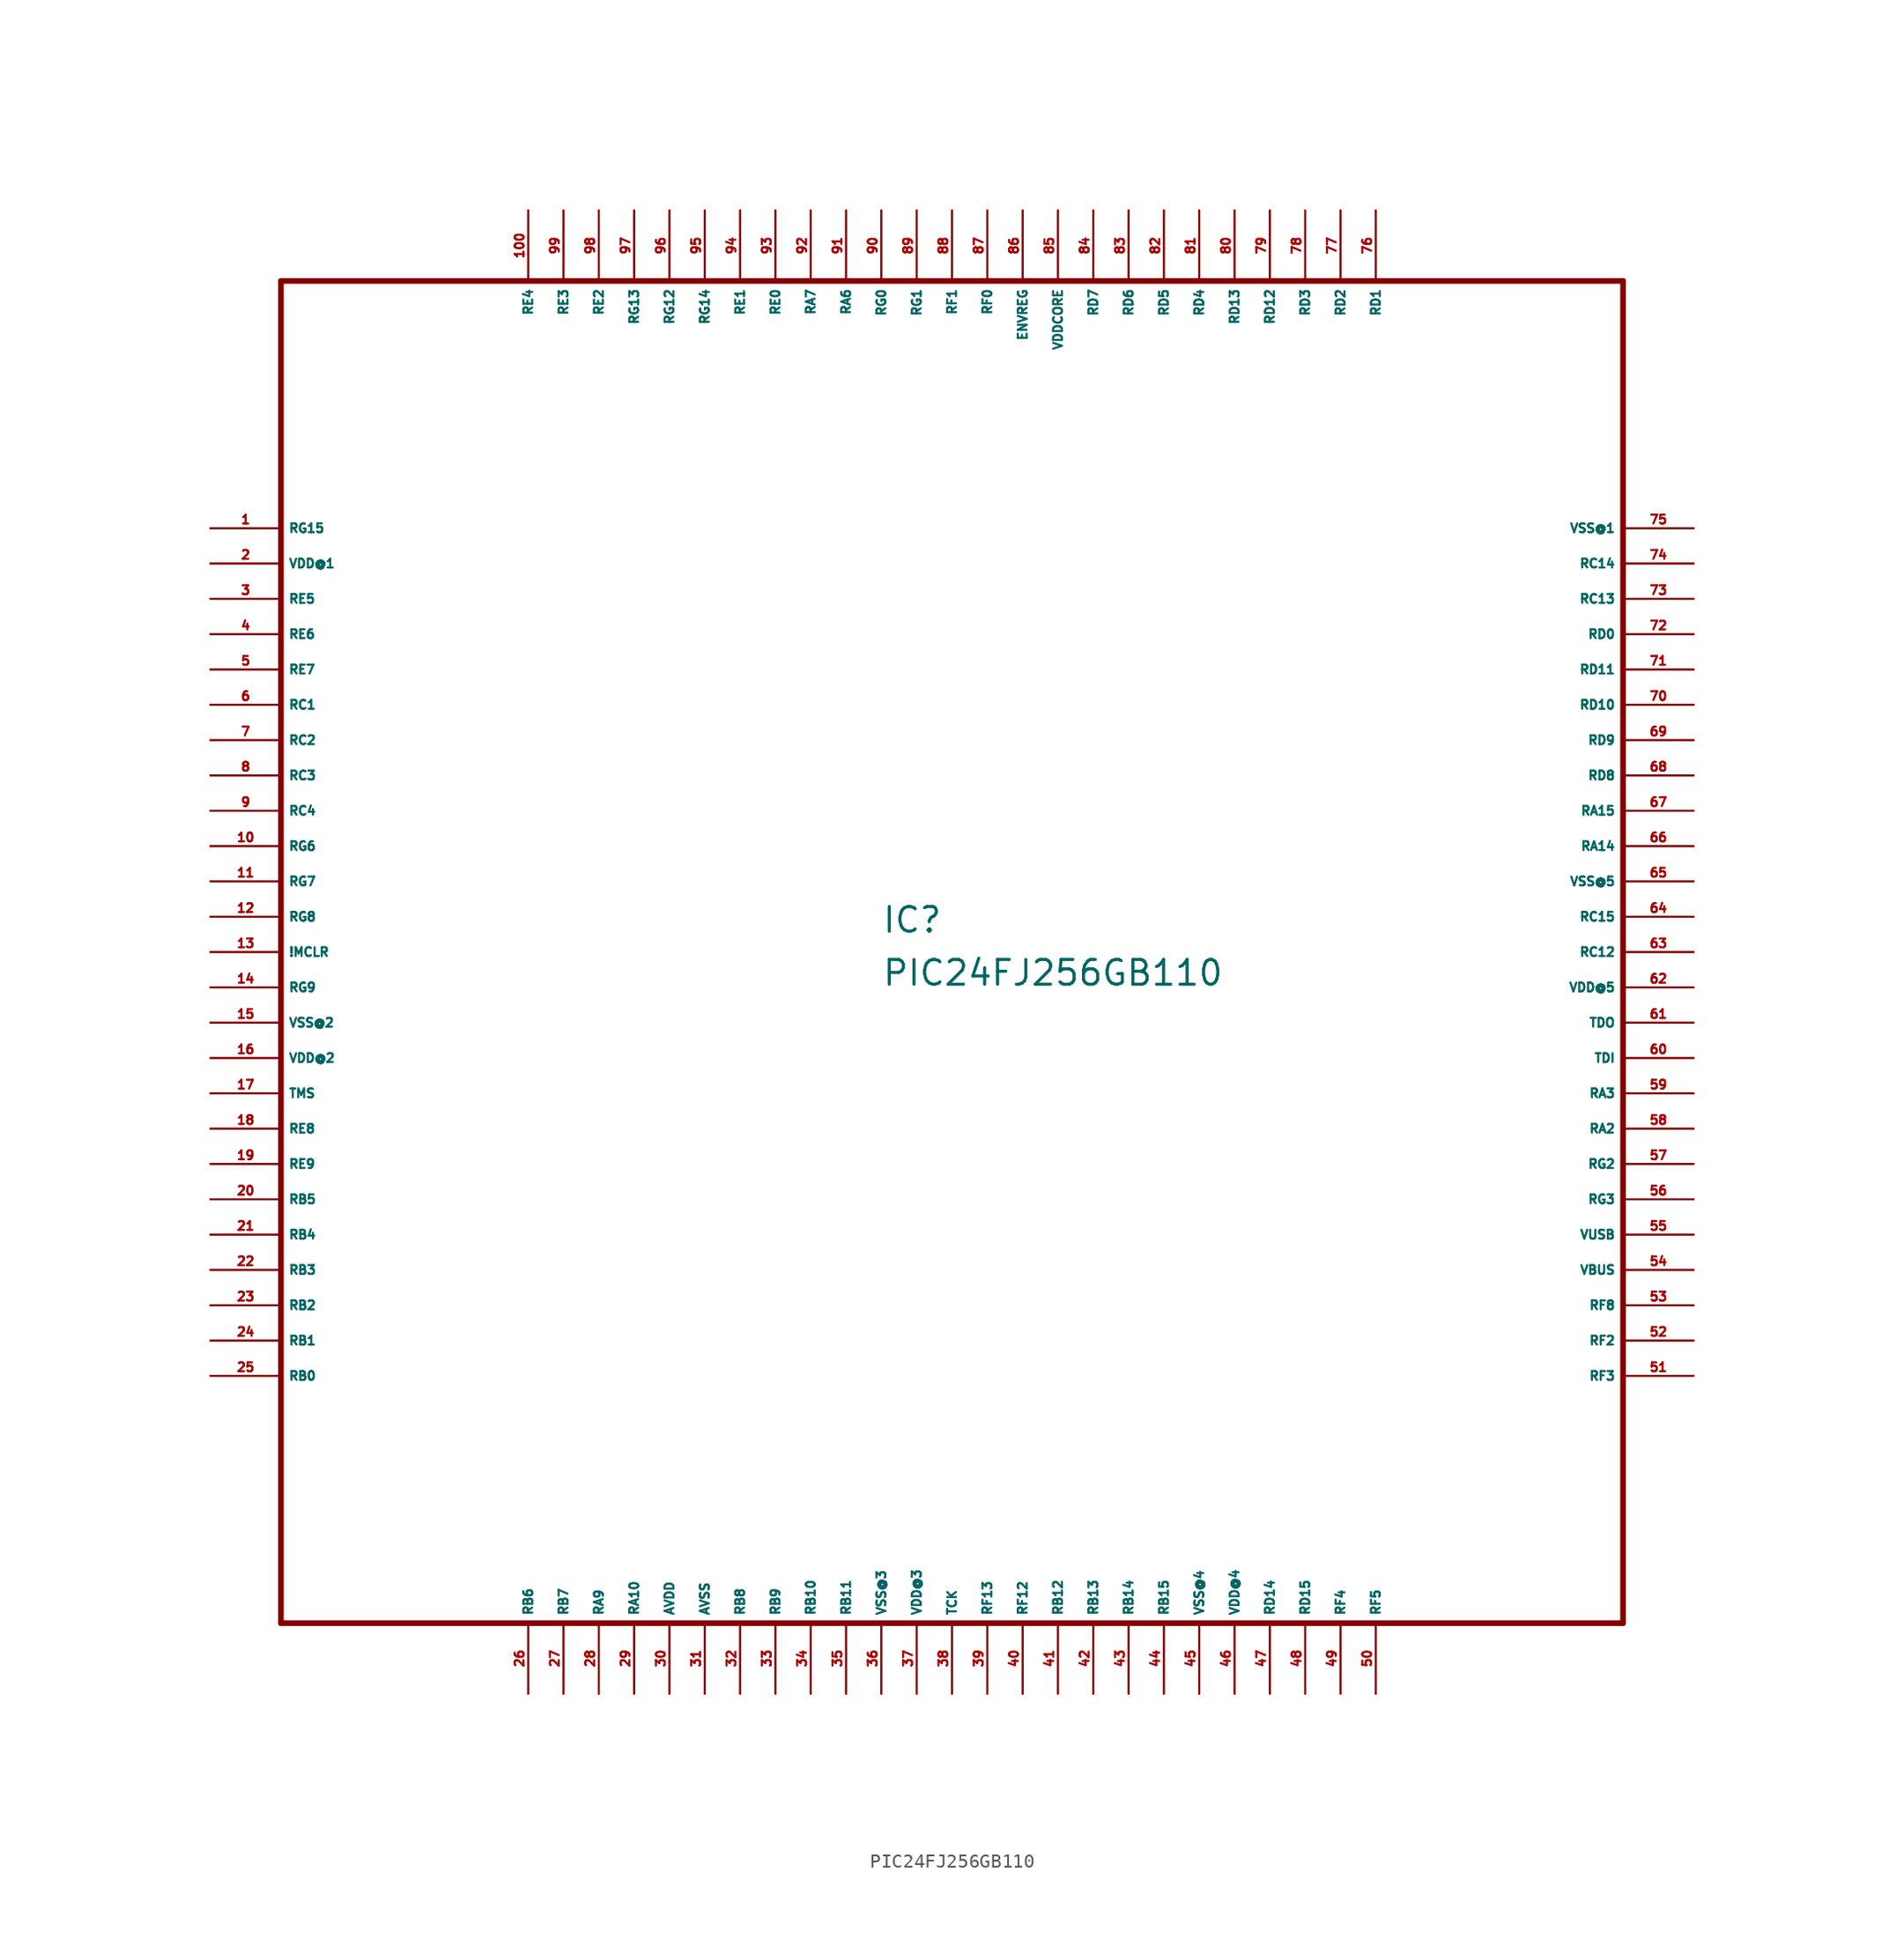
<source format=kicad_sym>
(kicad_symbol_lib
  (version 20220914)
  (generator Eagle2Kicad)
  (symbol "PIC24FJ256GB110"
    (property "Reference" "IC"
      (at -5.08 1.27 0)
      (effects (font (size 1.778 1.778) (thickness 0.22)) (justify left bottom)))
    (property "Value" "PIC24FJ256GB110"
      (at -5.08 -2.54 0)
      (effects (font (size 1.778 1.778) (thickness 0.22)) (justify left bottom)))
    (polyline
      (pts (xy -48.26 -48.26) (xy 48.26 -48.26))
      (stroke (width 0.406) (type default))
      (fill (type none)))
    (polyline
      (pts (xy 48.26 -48.26) (xy 48.26 48.26))
      (stroke (width 0.406) (type default))
      (fill (type none)))
    (polyline
      (pts (xy 48.26 48.26) (xy -48.26 48.26))
      (stroke (width 0.406) (type default))
      (fill (type none)))
    (polyline
      (pts (xy -48.26 48.26) (xy -48.26 -48.26))
      (stroke (width 0.406) (type default))
      (fill (type none)))
    (pin bidirectional line
      (at -53.34 30.48 0)
      (length 5.08)
      (name "RG15" (effects (font (size 0.635 0.635) (thickness 0.08)) (justify left bottom)))
      (number "1" (effects (font (size 0.635 0.635) (thickness 0.08)) (justify left bottom))))
    (pin unspecified line
      (at -53.34 27.94 0)
      (length 5.08)
      (name "VDD@1" (effects (font (size 0.635 0.635) (thickness 0.08)) (justify left bottom)))
      (number "2" (effects (font (size 0.635 0.635) (thickness 0.08)) (justify left bottom))))
    (pin bidirectional line
      (at -53.34 25.4 0)
      (length 5.08)
      (name "RE5" (effects (font (size 0.635 0.635) (thickness 0.08)) (justify left bottom)))
      (number "3" (effects (font (size 0.635 0.635) (thickness 0.08)) (justify left bottom))))
    (pin bidirectional line
      (at -53.34 22.86 0)
      (length 5.08)
      (name "RE6" (effects (font (size 0.635 0.635) (thickness 0.08)) (justify left bottom)))
      (number "4" (effects (font (size 0.635 0.635) (thickness 0.08)) (justify left bottom))))
    (pin bidirectional line
      (at -53.34 20.32 0)
      (length 5.08)
      (name "RE7" (effects (font (size 0.635 0.635) (thickness 0.08)) (justify left bottom)))
      (number "5" (effects (font (size 0.635 0.635) (thickness 0.08)) (justify left bottom))))
    (pin bidirectional line
      (at -53.34 17.78 0)
      (length 5.08)
      (name "RC1" (effects (font (size 0.635 0.635) (thickness 0.08)) (justify left bottom)))
      (number "6" (effects (font (size 0.635 0.635) (thickness 0.08)) (justify left bottom))))
    (pin bidirectional line
      (at -53.34 15.24 0)
      (length 5.08)
      (name "RC2" (effects (font (size 0.635 0.635) (thickness 0.08)) (justify left bottom)))
      (number "7" (effects (font (size 0.635 0.635) (thickness 0.08)) (justify left bottom))))
    (pin bidirectional line
      (at -53.34 12.7 0)
      (length 5.08)
      (name "RC3" (effects (font (size 0.635 0.635) (thickness 0.08)) (justify left bottom)))
      (number "8" (effects (font (size 0.635 0.635) (thickness 0.08)) (justify left bottom))))
    (pin bidirectional line
      (at -53.34 10.16 0)
      (length 5.08)
      (name "RC4" (effects (font (size 0.635 0.635) (thickness 0.08)) (justify left bottom)))
      (number "9" (effects (font (size 0.635 0.635) (thickness 0.08)) (justify left bottom))))
    (pin bidirectional line
      (at -53.34 7.62 0)
      (length 5.08)
      (name "RG6" (effects (font (size 0.635 0.635) (thickness 0.08)) (justify left bottom)))
      (number "10" (effects (font (size 0.635 0.635) (thickness 0.08)) (justify left bottom))))
    (pin bidirectional line
      (at -53.34 5.08 0)
      (length 5.08)
      (name "RG7" (effects (font (size 0.635 0.635) (thickness 0.08)) (justify left bottom)))
      (number "11" (effects (font (size 0.635 0.635) (thickness 0.08)) (justify left bottom))))
    (pin bidirectional line
      (at -53.34 2.54 0)
      (length 5.08)
      (name "RG8" (effects (font (size 0.635 0.635) (thickness 0.08)) (justify left bottom)))
      (number "12" (effects (font (size 0.635 0.635) (thickness 0.08)) (justify left bottom))))
    (pin bidirectional line
      (at -53.34 0 0)
      (length 5.08)
      (name "!MCLR" (effects (font (size 0.635 0.635) (thickness 0.08)) (justify left bottom)))
      (number "13" (effects (font (size 0.635 0.635) (thickness 0.08)) (justify left bottom))))
    (pin bidirectional line
      (at -53.34 -2.54 0)
      (length 5.08)
      (name "RG9" (effects (font (size 0.635 0.635) (thickness 0.08)) (justify left bottom)))
      (number "14" (effects (font (size 0.635 0.635) (thickness 0.08)) (justify left bottom))))
    (pin unspecified line
      (at -53.34 -5.08 0)
      (length 5.08)
      (name "VSS@2" (effects (font (size 0.635 0.635) (thickness 0.08)) (justify left bottom)))
      (number "15" (effects (font (size 0.635 0.635) (thickness 0.08)) (justify left bottom))))
    (pin unspecified line
      (at -53.34 -7.62 0)
      (length 5.08)
      (name "VDD@2" (effects (font (size 0.635 0.635) (thickness 0.08)) (justify left bottom)))
      (number "16" (effects (font (size 0.635 0.635) (thickness 0.08)) (justify left bottom))))
    (pin input line
      (at -53.34 -10.16 0)
      (length 5.08)
      (name "TMS" (effects (font (size 0.635 0.635) (thickness 0.08)) (justify left bottom)))
      (number "17" (effects (font (size 0.635 0.635) (thickness 0.08)) (justify left bottom))))
    (pin bidirectional line
      (at -53.34 -12.7 0)
      (length 5.08)
      (name "RE8" (effects (font (size 0.635 0.635) (thickness 0.08)) (justify left bottom)))
      (number "18" (effects (font (size 0.635 0.635) (thickness 0.08)) (justify left bottom))))
    (pin bidirectional line
      (at -53.34 -15.24 0)
      (length 5.08)
      (name "RE9" (effects (font (size 0.635 0.635) (thickness 0.08)) (justify left bottom)))
      (number "19" (effects (font (size 0.635 0.635) (thickness 0.08)) (justify left bottom))))
    (pin bidirectional line
      (at -53.34 -17.78 0)
      (length 5.08)
      (name "RB5" (effects (font (size 0.635 0.635) (thickness 0.08)) (justify left bottom)))
      (number "20" (effects (font (size 0.635 0.635) (thickness 0.08)) (justify left bottom))))
    (pin bidirectional line
      (at -53.34 -20.32 0)
      (length 5.08)
      (name "RB4" (effects (font (size 0.635 0.635) (thickness 0.08)) (justify left bottom)))
      (number "21" (effects (font (size 0.635 0.635) (thickness 0.08)) (justify left bottom))))
    (pin bidirectional line
      (at -53.34 -22.86 0)
      (length 5.08)
      (name "RB3" (effects (font (size 0.635 0.635) (thickness 0.08)) (justify left bottom)))
      (number "22" (effects (font (size 0.635 0.635) (thickness 0.08)) (justify left bottom))))
    (pin bidirectional line
      (at -53.34 -25.4 0)
      (length 5.08)
      (name "RB2" (effects (font (size 0.635 0.635) (thickness 0.08)) (justify left bottom)))
      (number "23" (effects (font (size 0.635 0.635) (thickness 0.08)) (justify left bottom))))
    (pin bidirectional line
      (at -53.34 -27.94 0)
      (length 5.08)
      (name "RB1" (effects (font (size 0.635 0.635) (thickness 0.08)) (justify left bottom)))
      (number "24" (effects (font (size 0.635 0.635) (thickness 0.08)) (justify left bottom))))
    (pin bidirectional line
      (at -53.34 -30.48 0)
      (length 5.08)
      (name "RB0" (effects (font (size 0.635 0.635) (thickness 0.08)) (justify left bottom)))
      (number "25" (effects (font (size 0.635 0.635) (thickness 0.08)) (justify left bottom))))
    (pin bidirectional line
      (at -30.48 -53.34 90)
      (length 5.08)
      (name "RB6" (effects (font (size 0.635 0.635) (thickness 0.08)) (justify left bottom)))
      (number "26" (effects (font (size 0.635 0.635) (thickness 0.08)) (justify left bottom))))
    (pin bidirectional line
      (at -27.94 -53.34 90)
      (length 5.08)
      (name "RB7" (effects (font (size 0.635 0.635) (thickness 0.08)) (justify left bottom)))
      (number "27" (effects (font (size 0.635 0.635) (thickness 0.08)) (justify left bottom))))
    (pin bidirectional line
      (at -25.4 -53.34 90)
      (length 5.08)
      (name "RA9" (effects (font (size 0.635 0.635) (thickness 0.08)) (justify left bottom)))
      (number "28" (effects (font (size 0.635 0.635) (thickness 0.08)) (justify left bottom))))
    (pin bidirectional line
      (at -22.86 -53.34 90)
      (length 5.08)
      (name "RA10" (effects (font (size 0.635 0.635) (thickness 0.08)) (justify left bottom)))
      (number "29" (effects (font (size 0.635 0.635) (thickness 0.08)) (justify left bottom))))
    (pin unspecified line
      (at -20.32 -53.34 90)
      (length 5.08)
      (name "AVDD" (effects (font (size 0.635 0.635) (thickness 0.08)) (justify left bottom)))
      (number "30" (effects (font (size 0.635 0.635) (thickness 0.08)) (justify left bottom))))
    (pin unspecified line
      (at -17.78 -53.34 90)
      (length 5.08)
      (name "AVSS" (effects (font (size 0.635 0.635) (thickness 0.08)) (justify left bottom)))
      (number "31" (effects (font (size 0.635 0.635) (thickness 0.08)) (justify left bottom))))
    (pin bidirectional line
      (at -15.24 -53.34 90)
      (length 5.08)
      (name "RB8" (effects (font (size 0.635 0.635) (thickness 0.08)) (justify left bottom)))
      (number "32" (effects (font (size 0.635 0.635) (thickness 0.08)) (justify left bottom))))
    (pin bidirectional line
      (at -12.7 -53.34 90)
      (length 5.08)
      (name "RB9" (effects (font (size 0.635 0.635) (thickness 0.08)) (justify left bottom)))
      (number "33" (effects (font (size 0.635 0.635) (thickness 0.08)) (justify left bottom))))
    (pin bidirectional line
      (at -10.16 -53.34 90)
      (length 5.08)
      (name "RB10" (effects (font (size 0.635 0.635) (thickness 0.08)) (justify left bottom)))
      (number "34" (effects (font (size 0.635 0.635) (thickness 0.08)) (justify left bottom))))
    (pin bidirectional line
      (at -7.62 -53.34 90)
      (length 5.08)
      (name "RB11" (effects (font (size 0.635 0.635) (thickness 0.08)) (justify left bottom)))
      (number "35" (effects (font (size 0.635 0.635) (thickness 0.08)) (justify left bottom))))
    (pin unspecified line
      (at -5.08 -53.34 90)
      (length 5.08)
      (name "VSS@3" (effects (font (size 0.635 0.635) (thickness 0.08)) (justify left bottom)))
      (number "36" (effects (font (size 0.635 0.635) (thickness 0.08)) (justify left bottom))))
    (pin unspecified line
      (at -2.54 -53.34 90)
      (length 5.08)
      (name "VDD@3" (effects (font (size 0.635 0.635) (thickness 0.08)) (justify left bottom)))
      (number "37" (effects (font (size 0.635 0.635) (thickness 0.08)) (justify left bottom))))
    (pin input line
      (at 0 -53.34 90)
      (length 5.08)
      (name "TCK" (effects (font (size 0.635 0.635) (thickness 0.08)) (justify left bottom)))
      (number "38" (effects (font (size 0.635 0.635) (thickness 0.08)) (justify left bottom))))
    (pin bidirectional line
      (at 2.54 -53.34 90)
      (length 5.08)
      (name "RF13" (effects (font (size 0.635 0.635) (thickness 0.08)) (justify left bottom)))
      (number "39" (effects (font (size 0.635 0.635) (thickness 0.08)) (justify left bottom))))
    (pin bidirectional line
      (at 5.08 -53.34 90)
      (length 5.08)
      (name "RF12" (effects (font (size 0.635 0.635) (thickness 0.08)) (justify left bottom)))
      (number "40" (effects (font (size 0.635 0.635) (thickness 0.08)) (justify left bottom))))
    (pin bidirectional line
      (at 7.62 -53.34 90)
      (length 5.08)
      (name "RB12" (effects (font (size 0.635 0.635) (thickness 0.08)) (justify left bottom)))
      (number "41" (effects (font (size 0.635 0.635) (thickness 0.08)) (justify left bottom))))
    (pin bidirectional line
      (at 10.16 -53.34 90)
      (length 5.08)
      (name "RB13" (effects (font (size 0.635 0.635) (thickness 0.08)) (justify left bottom)))
      (number "42" (effects (font (size 0.635 0.635) (thickness 0.08)) (justify left bottom))))
    (pin bidirectional line
      (at 12.7 -53.34 90)
      (length 5.08)
      (name "RB14" (effects (font (size 0.635 0.635) (thickness 0.08)) (justify left bottom)))
      (number "43" (effects (font (size 0.635 0.635) (thickness 0.08)) (justify left bottom))))
    (pin bidirectional line
      (at 15.24 -53.34 90)
      (length 5.08)
      (name "RB15" (effects (font (size 0.635 0.635) (thickness 0.08)) (justify left bottom)))
      (number "44" (effects (font (size 0.635 0.635) (thickness 0.08)) (justify left bottom))))
    (pin unspecified line
      (at 17.78 -53.34 90)
      (length 5.08)
      (name "VSS@4" (effects (font (size 0.635 0.635) (thickness 0.08)) (justify left bottom)))
      (number "45" (effects (font (size 0.635 0.635) (thickness 0.08)) (justify left bottom))))
    (pin unspecified line
      (at 20.32 -53.34 90)
      (length 5.08)
      (name "VDD@4" (effects (font (size 0.635 0.635) (thickness 0.08)) (justify left bottom)))
      (number "46" (effects (font (size 0.635 0.635) (thickness 0.08)) (justify left bottom))))
    (pin bidirectional line
      (at 22.86 -53.34 90)
      (length 5.08)
      (name "RD14" (effects (font (size 0.635 0.635) (thickness 0.08)) (justify left bottom)))
      (number "47" (effects (font (size 0.635 0.635) (thickness 0.08)) (justify left bottom))))
    (pin bidirectional line
      (at 25.4 -53.34 90)
      (length 5.08)
      (name "RD15" (effects (font (size 0.635 0.635) (thickness 0.08)) (justify left bottom)))
      (number "48" (effects (font (size 0.635 0.635) (thickness 0.08)) (justify left bottom))))
    (pin bidirectional line
      (at 27.94 -53.34 90)
      (length 5.08)
      (name "RF4" (effects (font (size 0.635 0.635) (thickness 0.08)) (justify left bottom)))
      (number "49" (effects (font (size 0.635 0.635) (thickness 0.08)) (justify left bottom))))
    (pin bidirectional line
      (at 30.48 -53.34 90)
      (length 5.08)
      (name "RF5" (effects (font (size 0.635 0.635) (thickness 0.08)) (justify left bottom)))
      (number "50" (effects (font (size 0.635 0.635) (thickness 0.08)) (justify left bottom))))
    (pin bidirectional line
      (at 53.34 -30.48 180)
      (length 5.08)
      (name "RF3" (effects (font (size 0.635 0.635) (thickness 0.08)) (justify left bottom)))
      (number "51" (effects (font (size 0.635 0.635) (thickness 0.08)) (justify left bottom))))
    (pin bidirectional line
      (at 53.34 -27.94 180)
      (length 5.08)
      (name "RF2" (effects (font (size 0.635 0.635) (thickness 0.08)) (justify left bottom)))
      (number "52" (effects (font (size 0.635 0.635) (thickness 0.08)) (justify left bottom))))
    (pin bidirectional line
      (at 53.34 -25.4 180)
      (length 5.08)
      (name "RF8" (effects (font (size 0.635 0.635) (thickness 0.08)) (justify left bottom)))
      (number "53" (effects (font (size 0.635 0.635) (thickness 0.08)) (justify left bottom))))
    (pin passive line
      (at 53.34 -22.86 180)
      (length 5.08)
      (name "VBUS" (effects (font (size 0.635 0.635) (thickness 0.08)) (justify left bottom)))
      (number "54" (effects (font (size 0.635 0.635) (thickness 0.08)) (justify left bottom))))
    (pin passive line
      (at 53.34 -20.32 180)
      (length 5.08)
      (name "VUSB" (effects (font (size 0.635 0.635) (thickness 0.08)) (justify left bottom)))
      (number "55" (effects (font (size 0.635 0.635) (thickness 0.08)) (justify left bottom))))
    (pin bidirectional line
      (at 53.34 -17.78 180)
      (length 5.08)
      (name "RG3" (effects (font (size 0.635 0.635) (thickness 0.08)) (justify left bottom)))
      (number "56" (effects (font (size 0.635 0.635) (thickness 0.08)) (justify left bottom))))
    (pin bidirectional line
      (at 53.34 -15.24 180)
      (length 5.08)
      (name "RG2" (effects (font (size 0.635 0.635) (thickness 0.08)) (justify left bottom)))
      (number "57" (effects (font (size 0.635 0.635) (thickness 0.08)) (justify left bottom))))
    (pin bidirectional line
      (at 53.34 -12.7 180)
      (length 5.08)
      (name "RA2" (effects (font (size 0.635 0.635) (thickness 0.08)) (justify left bottom)))
      (number "58" (effects (font (size 0.635 0.635) (thickness 0.08)) (justify left bottom))))
    (pin bidirectional line
      (at 53.34 -10.16 180)
      (length 5.08)
      (name "RA3" (effects (font (size 0.635 0.635) (thickness 0.08)) (justify left bottom)))
      (number "59" (effects (font (size 0.635 0.635) (thickness 0.08)) (justify left bottom))))
    (pin input line
      (at 53.34 -7.62 180)
      (length 5.08)
      (name "TDI" (effects (font (size 0.635 0.635) (thickness 0.08)) (justify left bottom)))
      (number "60" (effects (font (size 0.635 0.635) (thickness 0.08)) (justify left bottom))))
    (pin output line
      (at 53.34 -5.08 180)
      (length 5.08)
      (name "TDO" (effects (font (size 0.635 0.635) (thickness 0.08)) (justify left bottom)))
      (number "61" (effects (font (size 0.635 0.635) (thickness 0.08)) (justify left bottom))))
    (pin unspecified line
      (at 53.34 -2.54 180)
      (length 5.08)
      (name "VDD@5" (effects (font (size 0.635 0.635) (thickness 0.08)) (justify left bottom)))
      (number "62" (effects (font (size 0.635 0.635) (thickness 0.08)) (justify left bottom))))
    (pin bidirectional line
      (at 53.34 0 180)
      (length 5.08)
      (name "RC12" (effects (font (size 0.635 0.635) (thickness 0.08)) (justify left bottom)))
      (number "63" (effects (font (size 0.635 0.635) (thickness 0.08)) (justify left bottom))))
    (pin bidirectional line
      (at 53.34 2.54 180)
      (length 5.08)
      (name "RC15" (effects (font (size 0.635 0.635) (thickness 0.08)) (justify left bottom)))
      (number "64" (effects (font (size 0.635 0.635) (thickness 0.08)) (justify left bottom))))
    (pin unspecified line
      (at 53.34 5.08 180)
      (length 5.08)
      (name "VSS@5" (effects (font (size 0.635 0.635) (thickness 0.08)) (justify left bottom)))
      (number "65" (effects (font (size 0.635 0.635) (thickness 0.08)) (justify left bottom))))
    (pin bidirectional line
      (at 53.34 7.62 180)
      (length 5.08)
      (name "RA14" (effects (font (size 0.635 0.635) (thickness 0.08)) (justify left bottom)))
      (number "66" (effects (font (size 0.635 0.635) (thickness 0.08)) (justify left bottom))))
    (pin bidirectional line
      (at 53.34 10.16 180)
      (length 5.08)
      (name "RA15" (effects (font (size 0.635 0.635) (thickness 0.08)) (justify left bottom)))
      (number "67" (effects (font (size 0.635 0.635) (thickness 0.08)) (justify left bottom))))
    (pin bidirectional line
      (at 53.34 12.7 180)
      (length 5.08)
      (name "RD8" (effects (font (size 0.635 0.635) (thickness 0.08)) (justify left bottom)))
      (number "68" (effects (font (size 0.635 0.635) (thickness 0.08)) (justify left bottom))))
    (pin bidirectional line
      (at 53.34 15.24 180)
      (length 5.08)
      (name "RD9" (effects (font (size 0.635 0.635) (thickness 0.08)) (justify left bottom)))
      (number "69" (effects (font (size 0.635 0.635) (thickness 0.08)) (justify left bottom))))
    (pin bidirectional line
      (at 53.34 17.78 180)
      (length 5.08)
      (name "RD10" (effects (font (size 0.635 0.635) (thickness 0.08)) (justify left bottom)))
      (number "70" (effects (font (size 0.635 0.635) (thickness 0.08)) (justify left bottom))))
    (pin bidirectional line
      (at 53.34 20.32 180)
      (length 5.08)
      (name "RD11" (effects (font (size 0.635 0.635) (thickness 0.08)) (justify left bottom)))
      (number "71" (effects (font (size 0.635 0.635) (thickness 0.08)) (justify left bottom))))
    (pin bidirectional line
      (at 53.34 22.86 180)
      (length 5.08)
      (name "RD0" (effects (font (size 0.635 0.635) (thickness 0.08)) (justify left bottom)))
      (number "72" (effects (font (size 0.635 0.635) (thickness 0.08)) (justify left bottom))))
    (pin bidirectional line
      (at 53.34 25.4 180)
      (length 5.08)
      (name "RC13" (effects (font (size 0.635 0.635) (thickness 0.08)) (justify left bottom)))
      (number "73" (effects (font (size 0.635 0.635) (thickness 0.08)) (justify left bottom))))
    (pin bidirectional line
      (at 53.34 27.94 180)
      (length 5.08)
      (name "RC14" (effects (font (size 0.635 0.635) (thickness 0.08)) (justify left bottom)))
      (number "74" (effects (font (size 0.635 0.635) (thickness 0.08)) (justify left bottom))))
    (pin unspecified line
      (at 53.34 30.48 180)
      (length 5.08)
      (name "VSS@1" (effects (font (size 0.635 0.635) (thickness 0.08)) (justify left bottom)))
      (number "75" (effects (font (size 0.635 0.635) (thickness 0.08)) (justify left bottom))))
    (pin bidirectional line
      (at 30.48 53.34 270)
      (length 5.08)
      (name "RD1" (effects (font (size 0.635 0.635) (thickness 0.08)) (justify left bottom)))
      (number "76" (effects (font (size 0.635 0.635) (thickness 0.08)) (justify left bottom))))
    (pin bidirectional line
      (at 27.94 53.34 270)
      (length 5.08)
      (name "RD2" (effects (font (size 0.635 0.635) (thickness 0.08)) (justify left bottom)))
      (number "77" (effects (font (size 0.635 0.635) (thickness 0.08)) (justify left bottom))))
    (pin bidirectional line
      (at 25.4 53.34 270)
      (length 5.08)
      (name "RD3" (effects (font (size 0.635 0.635) (thickness 0.08)) (justify left bottom)))
      (number "78" (effects (font (size 0.635 0.635) (thickness 0.08)) (justify left bottom))))
    (pin bidirectional line
      (at 22.86 53.34 270)
      (length 5.08)
      (name "RD12" (effects (font (size 0.635 0.635) (thickness 0.08)) (justify left bottom)))
      (number "79" (effects (font (size 0.635 0.635) (thickness 0.08)) (justify left bottom))))
    (pin bidirectional line
      (at 20.32 53.34 270)
      (length 5.08)
      (name "RD13" (effects (font (size 0.635 0.635) (thickness 0.08)) (justify left bottom)))
      (number "80" (effects (font (size 0.635 0.635) (thickness 0.08)) (justify left bottom))))
    (pin bidirectional line
      (at 17.78 53.34 270)
      (length 5.08)
      (name "RD4" (effects (font (size 0.635 0.635) (thickness 0.08)) (justify left bottom)))
      (number "81" (effects (font (size 0.635 0.635) (thickness 0.08)) (justify left bottom))))
    (pin bidirectional line
      (at 15.24 53.34 270)
      (length 5.08)
      (name "RD5" (effects (font (size 0.635 0.635) (thickness 0.08)) (justify left bottom)))
      (number "82" (effects (font (size 0.635 0.635) (thickness 0.08)) (justify left bottom))))
    (pin bidirectional line
      (at 12.7 53.34 270)
      (length 5.08)
      (name "RD6" (effects (font (size 0.635 0.635) (thickness 0.08)) (justify left bottom)))
      (number "83" (effects (font (size 0.635 0.635) (thickness 0.08)) (justify left bottom))))
    (pin bidirectional line
      (at 10.16 53.34 270)
      (length 5.08)
      (name "RD7" (effects (font (size 0.635 0.635) (thickness 0.08)) (justify left bottom)))
      (number "84" (effects (font (size 0.635 0.635) (thickness 0.08)) (justify left bottom))))
    (pin unspecified line
      (at 7.62 53.34 270)
      (length 5.08)
      (name "VDDCORE" (effects (font (size 0.635 0.635) (thickness 0.08)) (justify left bottom)))
      (number "85" (effects (font (size 0.635 0.635) (thickness 0.08)) (justify left bottom))))
    (pin passive line
      (at 5.08 53.34 270)
      (length 5.08)
      (name "ENVREG" (effects (font (size 0.635 0.635) (thickness 0.08)) (justify left bottom)))
      (number "86" (effects (font (size 0.635 0.635) (thickness 0.08)) (justify left bottom))))
    (pin bidirectional line
      (at 2.54 53.34 270)
      (length 5.08)
      (name "RF0" (effects (font (size 0.635 0.635) (thickness 0.08)) (justify left bottom)))
      (number "87" (effects (font (size 0.635 0.635) (thickness 0.08)) (justify left bottom))))
    (pin bidirectional line
      (at 0 53.34 270)
      (length 5.08)
      (name "RF1" (effects (font (size 0.635 0.635) (thickness 0.08)) (justify left bottom)))
      (number "88" (effects (font (size 0.635 0.635) (thickness 0.08)) (justify left bottom))))
    (pin bidirectional line
      (at -2.54 53.34 270)
      (length 5.08)
      (name "RG1" (effects (font (size 0.635 0.635) (thickness 0.08)) (justify left bottom)))
      (number "89" (effects (font (size 0.635 0.635) (thickness 0.08)) (justify left bottom))))
    (pin bidirectional line
      (at -5.08 53.34 270)
      (length 5.08)
      (name "RG0" (effects (font (size 0.635 0.635) (thickness 0.08)) (justify left bottom)))
      (number "90" (effects (font (size 0.635 0.635) (thickness 0.08)) (justify left bottom))))
    (pin bidirectional line
      (at -7.62 53.34 270)
      (length 5.08)
      (name "RA6" (effects (font (size 0.635 0.635) (thickness 0.08)) (justify left bottom)))
      (number "91" (effects (font (size 0.635 0.635) (thickness 0.08)) (justify left bottom))))
    (pin bidirectional line
      (at -10.16 53.34 270)
      (length 5.08)
      (name "RA7" (effects (font (size 0.635 0.635) (thickness 0.08)) (justify left bottom)))
      (number "92" (effects (font (size 0.635 0.635) (thickness 0.08)) (justify left bottom))))
    (pin bidirectional line
      (at -12.7 53.34 270)
      (length 5.08)
      (name "RE0" (effects (font (size 0.635 0.635) (thickness 0.08)) (justify left bottom)))
      (number "93" (effects (font (size 0.635 0.635) (thickness 0.08)) (justify left bottom))))
    (pin bidirectional line
      (at -15.24 53.34 270)
      (length 5.08)
      (name "RE1" (effects (font (size 0.635 0.635) (thickness 0.08)) (justify left bottom)))
      (number "94" (effects (font (size 0.635 0.635) (thickness 0.08)) (justify left bottom))))
    (pin bidirectional line
      (at -17.78 53.34 270)
      (length 5.08)
      (name "RG14" (effects (font (size 0.635 0.635) (thickness 0.08)) (justify left bottom)))
      (number "95" (effects (font (size 0.635 0.635) (thickness 0.08)) (justify left bottom))))
    (pin bidirectional line
      (at -20.32 53.34 270)
      (length 5.08)
      (name "RG12" (effects (font (size 0.635 0.635) (thickness 0.08)) (justify left bottom)))
      (number "96" (effects (font (size 0.635 0.635) (thickness 0.08)) (justify left bottom))))
    (pin bidirectional line
      (at -22.86 53.34 270)
      (length 5.08)
      (name "RG13" (effects (font (size 0.635 0.635) (thickness 0.08)) (justify left bottom)))
      (number "97" (effects (font (size 0.635 0.635) (thickness 0.08)) (justify left bottom))))
    (pin bidirectional line
      (at -25.4 53.34 270)
      (length 5.08)
      (name "RE2" (effects (font (size 0.635 0.635) (thickness 0.08)) (justify left bottom)))
      (number "98" (effects (font (size 0.635 0.635) (thickness 0.08)) (justify left bottom))))
    (pin bidirectional line
      (at -27.94 53.34 270)
      (length 5.08)
      (name "RE3" (effects (font (size 0.635 0.635) (thickness 0.08)) (justify left bottom)))
      (number "99" (effects (font (size 0.635 0.635) (thickness 0.08)) (justify left bottom))))
    (pin bidirectional line
      (at -30.48 53.34 270)
      (length 5.08)
      (name "RE4" (effects (font (size 0.635 0.635) (thickness 0.08)) (justify left bottom)))
      (number "100" (effects (font (size 0.635 0.635) (thickness 0.08)) (justify left bottom))))))
</source>
